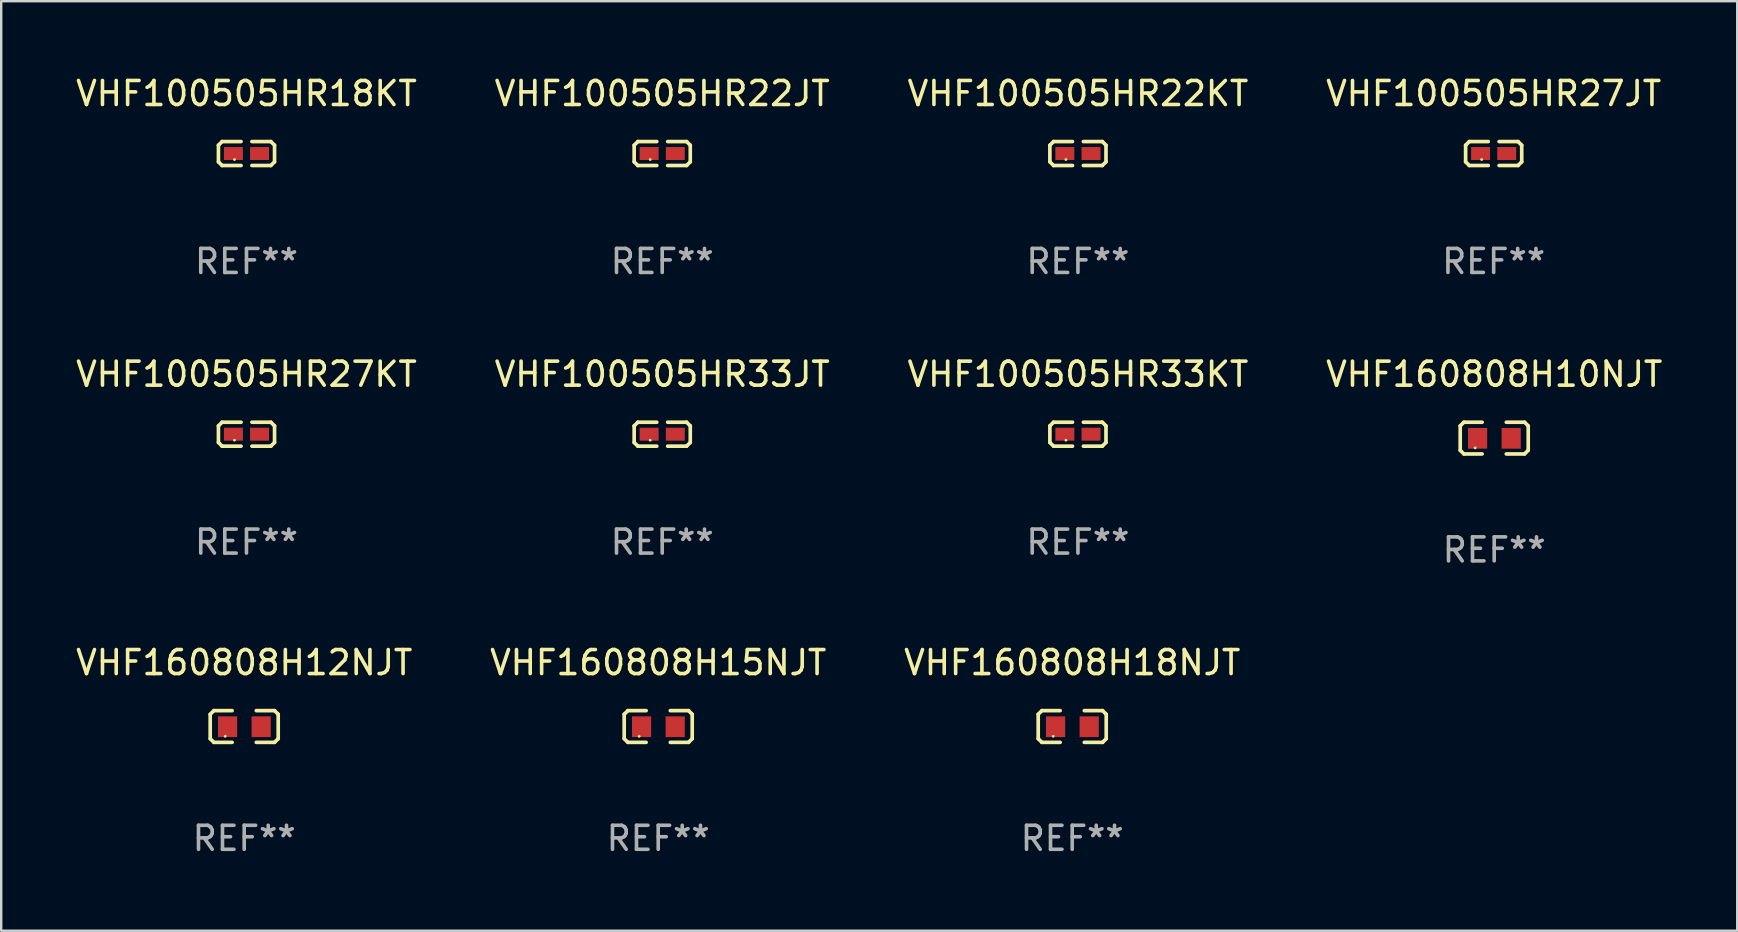
<source format=kicad_pcb>
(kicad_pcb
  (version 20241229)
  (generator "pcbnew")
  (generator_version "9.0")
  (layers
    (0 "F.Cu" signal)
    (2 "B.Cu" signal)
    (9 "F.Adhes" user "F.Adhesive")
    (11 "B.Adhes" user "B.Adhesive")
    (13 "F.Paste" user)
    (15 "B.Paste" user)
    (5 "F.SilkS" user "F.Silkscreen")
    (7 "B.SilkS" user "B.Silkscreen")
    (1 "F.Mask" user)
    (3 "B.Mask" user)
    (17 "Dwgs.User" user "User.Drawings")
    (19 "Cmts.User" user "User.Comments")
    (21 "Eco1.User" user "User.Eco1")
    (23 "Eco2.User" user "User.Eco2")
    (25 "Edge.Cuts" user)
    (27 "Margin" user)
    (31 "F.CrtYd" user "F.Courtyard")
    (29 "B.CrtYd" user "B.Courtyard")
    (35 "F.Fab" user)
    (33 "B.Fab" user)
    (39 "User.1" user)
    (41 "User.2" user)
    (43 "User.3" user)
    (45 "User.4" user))
  (footprint "VHF160808H10NJT"
    (layer "F.Cu")
    (at 59.208 15.203)
    (property "Reference" "VHF160808H10NJT" (at 0 -2.661 0) (layer "F.SilkS") (effects (font (size 1 1) (thickness 0.15))))
    (attr through_hole)
    (fp_line (start -1.417 -0.508) (end -1.265 -0.661) (stroke (width 0.152) (type solid)) (layer "F.SilkS"))
    (fp_line (start -1.417 0.508) (end -1.417 -0.508) (stroke (width 0.152) (type solid)) (layer "F.SilkS"))
    (fp_line (start -1.265 -0.661) (end -0.503 -0.661) (stroke (width 0.152) (type solid)) (layer "F.SilkS"))
    (fp_line (start -1.265 0.661) (end -1.417 0.508) (stroke (width 0.152) (type solid)) (layer "F.SilkS"))
    (fp_line (start -1.265 0.661) (end -0.503 0.661) (stroke (width 0.152) (type solid)) (layer "F.SilkS"))
    (fp_line (start 1.265 -0.661) (end 0.503 -0.661) (stroke (width 0.152) (type solid)) (layer "F.SilkS"))
    (fp_line (start 1.265 -0.661) (end 1.417 -0.508) (stroke (width 0.152) (type solid)) (layer "F.SilkS"))
    (fp_line (start 1.265 0.661) (end 0.503 0.661) (stroke (width 0.152) (type solid)) (layer "F.SilkS"))
    (fp_line (start 1.417 -0.508) (end 1.417 0.508) (stroke (width 0.152) (type solid)) (layer "F.SilkS"))
    (fp_line (start 1.417 0.508) (end 1.265 0.661) (stroke (width 0.152) (type solid)) (layer "F.SilkS"))
    (fp_circle (center -0.793 0.409) (end -0.763 0.409) (stroke (width 0.06) (type solid)) (fill no) (layer "F.SilkS"))
    (fp_text user "REF**" (at 0 4.661 0) (layer "F.Fab") (effects (font (size 1 1) (thickness 0.15))))
    (pad "1" smd rect (at -0.693 0.009 180) (size 0.8 0.864) (layers "F.Cu" "F.Mask" "F.Paste"))
    (pad "2" smd rect (at 0.707 0.009 180) (size 0.8 0.864) (layers "F.Cu" "F.Mask" "F.Paste")))
  (footprint "VHF160808H18NJT"
    (layer "F.Cu")
    (at 41.625 27.22)
    (property "Reference" "VHF160808H18NJT" (at 0 -2.661 0) (layer "F.SilkS") (effects (font (size 1 1) (thickness 0.15))))
    (attr through_hole)
    (fp_line (start -1.417 -0.508) (end -1.265 -0.661) (stroke (width 0.152) (type solid)) (layer "F.SilkS"))
    (fp_line (start -1.417 0.508) (end -1.417 -0.508) (stroke (width 0.152) (type solid)) (layer "F.SilkS"))
    (fp_line (start -1.265 -0.661) (end -0.503 -0.661) (stroke (width 0.152) (type solid)) (layer "F.SilkS"))
    (fp_line (start -1.265 0.661) (end -1.417 0.508) (stroke (width 0.152) (type solid)) (layer "F.SilkS"))
    (fp_line (start -1.265 0.661) (end -0.503 0.661) (stroke (width 0.152) (type solid)) (layer "F.SilkS"))
    (fp_line (start 1.265 -0.661) (end 0.503 -0.661) (stroke (width 0.152) (type solid)) (layer "F.SilkS"))
    (fp_line (start 1.265 -0.661) (end 1.417 -0.508) (stroke (width 0.152) (type solid)) (layer "F.SilkS"))
    (fp_line (start 1.265 0.661) (end 0.503 0.661) (stroke (width 0.152) (type solid)) (layer "F.SilkS"))
    (fp_line (start 1.417 -0.508) (end 1.417 0.508) (stroke (width 0.152) (type solid)) (layer "F.SilkS"))
    (fp_line (start 1.417 0.508) (end 1.265 0.661) (stroke (width 0.152) (type solid)) (layer "F.SilkS"))
    (fp_circle (center -0.793 0.409) (end -0.763 0.409) (stroke (width 0.06) (type solid)) (fill no) (layer "F.SilkS"))
    (fp_text user "REF**" (at 0 4.661 0) (layer "F.Fab") (effects (font (size 1 1) (thickness 0.15))))
    (pad "1" smd rect (at -0.693 0.009 180) (size 0.8 0.864) (layers "F.Cu" "F.Mask" "F.Paste"))
    (pad "2" smd rect (at 0.707 0.009 180) (size 0.8 0.864) (layers "F.Cu" "F.Mask" "F.Paste")))
  (footprint "VHF160808H15NJT"
    (layer "F.Cu")
    (at 24.375 27.22)
    (property "Reference" "VHF160808H15NJT" (at 0 -2.661 0) (layer "F.SilkS") (effects (font (size 1 1) (thickness 0.15))))
    (attr through_hole)
    (fp_line (start -1.417 -0.508) (end -1.265 -0.661) (stroke (width 0.152) (type solid)) (layer "F.SilkS"))
    (fp_line (start -1.417 0.508) (end -1.417 -0.508) (stroke (width 0.152) (type solid)) (layer "F.SilkS"))
    (fp_line (start -1.265 -0.661) (end -0.503 -0.661) (stroke (width 0.152) (type solid)) (layer "F.SilkS"))
    (fp_line (start -1.265 0.661) (end -1.417 0.508) (stroke (width 0.152) (type solid)) (layer "F.SilkS"))
    (fp_line (start -1.265 0.661) (end -0.503 0.661) (stroke (width 0.152) (type solid)) (layer "F.SilkS"))
    (fp_line (start 1.265 -0.661) (end 0.503 -0.661) (stroke (width 0.152) (type solid)) (layer "F.SilkS"))
    (fp_line (start 1.265 -0.661) (end 1.417 -0.508) (stroke (width 0.152) (type solid)) (layer "F.SilkS"))
    (fp_line (start 1.265 0.661) (end 0.503 0.661) (stroke (width 0.152) (type solid)) (layer "F.SilkS"))
    (fp_line (start 1.417 -0.508) (end 1.417 0.508) (stroke (width 0.152) (type solid)) (layer "F.SilkS"))
    (fp_line (start 1.417 0.508) (end 1.265 0.661) (stroke (width 0.152) (type solid)) (layer "F.SilkS"))
    (fp_circle (center -0.793 0.409) (end -0.763 0.409) (stroke (width 0.06) (type solid)) (fill no) (layer "F.SilkS"))
    (fp_text user "REF**" (at 0 4.661 0) (layer "F.Fab") (effects (font (size 1 1) (thickness 0.15))))
    (pad "1" smd rect (at -0.693 0.009 180) (size 0.8 0.864) (layers "F.Cu" "F.Mask" "F.Paste"))
    (pad "2" smd rect (at 0.707 0.009 180) (size 0.8 0.864) (layers "F.Cu" "F.Mask" "F.Paste")))
  (footprint "VHF100505HR27KT"
    (layer "F.Cu")
    (at 7.22 15.041)
    (property "Reference" "VHF100505HR27KT" (at 0 -2.499 0) (layer "F.SilkS") (effects (font (size 1 1) (thickness 0.15))))
    (attr through_hole)
    (fp_line (start -1.169 -0.346) (end -1.016 -0.499) (stroke (width 0.152) (type solid)) (layer "F.SilkS"))
    (fp_line (start -1.169 0.346) (end -1.169 -0.346) (stroke (width 0.152) (type solid)) (layer "F.SilkS"))
    (fp_line (start -1.016 -0.499) (end -0.226 -0.499) (stroke (width 0.152) (type solid)) (layer "F.SilkS"))
    (fp_line (start -1.016 0.499) (end -1.169 0.346) (stroke (width 0.152) (type solid)) (layer "F.SilkS"))
    (fp_line (start -0.226 0.499) (end -1.016 0.499) (stroke (width 0.152) (type solid)) (layer "F.SilkS"))
    (fp_line (start 0.226 0.499) (end 1.016 0.499) (stroke (width 0.152) (type solid)) (layer "F.SilkS"))
    (fp_line (start 1.016 -0.499) (end 0.226 -0.499) (stroke (width 0.152) (type solid)) (layer "F.SilkS"))
    (fp_line (start 1.016 0.499) (end 1.169 0.346) (stroke (width 0.152) (type solid)) (layer "F.SilkS"))
    (fp_line (start 1.169 -0.346) (end 1.016 -0.499) (stroke (width 0.152) (type solid)) (layer "F.SilkS"))
    (fp_line (start 1.169 0.346) (end 1.169 -0.346) (stroke (width 0.152) (type solid)) (layer "F.SilkS"))
    (fp_circle (center -0.5 0.25) (end -0.47 0.25) (stroke (width 0.06) (type solid)) (fill no) (layer "F.SilkS"))
    (fp_text user "REF**" (at 0 4.499 0) (layer "F.Fab") (effects (font (size 1 1) (thickness 0.15))))
    (pad "1" smd rect (at -0.545 0) (size 0.79 0.54) (layers "F.Cu" "F.Mask" "F.Paste"))
    (pad "2" smd rect (at 0.545 0) (size 0.79 0.54) (layers "F.Cu" "F.Mask" "F.Paste")))
  (footprint "VHF160808H12NJT"
    (layer "F.Cu")
    (at 7.125 27.22)
    (property "Reference" "VHF160808H12NJT" (at 0 -2.661 0) (layer "F.SilkS") (effects (font (size 1 1) (thickness 0.15))))
    (attr through_hole)
    (fp_line (start -1.417 -0.508) (end -1.265 -0.661) (stroke (width 0.152) (type solid)) (layer "F.SilkS"))
    (fp_line (start -1.417 0.508) (end -1.417 -0.508) (stroke (width 0.152) (type solid)) (layer "F.SilkS"))
    (fp_line (start -1.265 -0.661) (end -0.503 -0.661) (stroke (width 0.152) (type solid)) (layer "F.SilkS"))
    (fp_line (start -1.265 0.661) (end -1.417 0.508) (stroke (width 0.152) (type solid)) (layer "F.SilkS"))
    (fp_line (start -1.265 0.661) (end -0.503 0.661) (stroke (width 0.152) (type solid)) (layer "F.SilkS"))
    (fp_line (start 1.265 -0.661) (end 0.503 -0.661) (stroke (width 0.152) (type solid)) (layer "F.SilkS"))
    (fp_line (start 1.265 -0.661) (end 1.417 -0.508) (stroke (width 0.152) (type solid)) (layer "F.SilkS"))
    (fp_line (start 1.265 0.661) (end 0.503 0.661) (stroke (width 0.152) (type solid)) (layer "F.SilkS"))
    (fp_line (start 1.417 -0.508) (end 1.417 0.508) (stroke (width 0.152) (type solid)) (layer "F.SilkS"))
    (fp_line (start 1.417 0.508) (end 1.265 0.661) (stroke (width 0.152) (type solid)) (layer "F.SilkS"))
    (fp_circle (center -0.793 0.409) (end -0.763 0.409) (stroke (width 0.06) (type solid)) (fill no) (layer "F.SilkS"))
    (fp_text user "REF**" (at 0 4.661 0) (layer "F.Fab") (effects (font (size 1 1) (thickness 0.15))))
    (pad "1" smd rect (at -0.693 0.009 180) (size 0.8 0.864) (layers "F.Cu" "F.Mask" "F.Paste"))
    (pad "2" smd rect (at 0.707 0.009 180) (size 0.8 0.864) (layers "F.Cu" "F.Mask" "F.Paste")))
  (footprint "VHF100505HR33KT"
    (layer "F.Cu")
    (at 41.863 15.041)
    (property "Reference" "VHF100505HR33KT" (at 0 -2.499 0) (layer "F.SilkS") (effects (font (size 1 1) (thickness 0.15))))
    (attr through_hole)
    (fp_line (start -1.169 -0.346) (end -1.016 -0.499) (stroke (width 0.152) (type solid)) (layer "F.SilkS"))
    (fp_line (start -1.169 0.346) (end -1.169 -0.346) (stroke (width 0.152) (type solid)) (layer "F.SilkS"))
    (fp_line (start -1.016 -0.499) (end -0.226 -0.499) (stroke (width 0.152) (type solid)) (layer "F.SilkS"))
    (fp_line (start -1.016 0.499) (end -1.169 0.346) (stroke (width 0.152) (type solid)) (layer "F.SilkS"))
    (fp_line (start -0.226 0.499) (end -1.016 0.499) (stroke (width 0.152) (type solid)) (layer "F.SilkS"))
    (fp_line (start 0.226 0.499) (end 1.016 0.499) (stroke (width 0.152) (type solid)) (layer "F.SilkS"))
    (fp_line (start 1.016 -0.499) (end 0.226 -0.499) (stroke (width 0.152) (type solid)) (layer "F.SilkS"))
    (fp_line (start 1.016 0.499) (end 1.169 0.346) (stroke (width 0.152) (type solid)) (layer "F.SilkS"))
    (fp_line (start 1.169 -0.346) (end 1.016 -0.499) (stroke (width 0.152) (type solid)) (layer "F.SilkS"))
    (fp_line (start 1.169 0.346) (end 1.169 -0.346) (stroke (width 0.152) (type solid)) (layer "F.SilkS"))
    (fp_circle (center -0.5 0.25) (end -0.47 0.25) (stroke (width 0.06) (type solid)) (fill no) (layer "F.SilkS"))
    (fp_text user "REF**" (at 0 4.499 0) (layer "F.Fab") (effects (font (size 1 1) (thickness 0.15))))
    (pad "1" smd rect (at -0.545 0) (size 0.79 0.54) (layers "F.Cu" "F.Mask" "F.Paste"))
    (pad "2" smd rect (at 0.545 0) (size 0.79 0.54) (layers "F.Cu" "F.Mask" "F.Paste")))
  (footprint "VHF100505HR22KT"
    (layer "F.Cu")
    (at 41.863 3.347)
    (property "Reference" "VHF100505HR22KT" (at 0 -2.499 0) (layer "F.SilkS") (effects (font (size 1 1) (thickness 0.15))))
    (attr through_hole)
    (fp_line (start -1.169 -0.346) (end -1.016 -0.499) (stroke (width 0.152) (type solid)) (layer "F.SilkS"))
    (fp_line (start -1.169 0.346) (end -1.169 -0.346) (stroke (width 0.152) (type solid)) (layer "F.SilkS"))
    (fp_line (start -1.016 -0.499) (end -0.226 -0.499) (stroke (width 0.152) (type solid)) (layer "F.SilkS"))
    (fp_line (start -1.016 0.499) (end -1.169 0.346) (stroke (width 0.152) (type solid)) (layer "F.SilkS"))
    (fp_line (start -0.226 0.499) (end -1.016 0.499) (stroke (width 0.152) (type solid)) (layer "F.SilkS"))
    (fp_line (start 0.226 0.499) (end 1.016 0.499) (stroke (width 0.152) (type solid)) (layer "F.SilkS"))
    (fp_line (start 1.016 -0.499) (end 0.226 -0.499) (stroke (width 0.152) (type solid)) (layer "F.SilkS"))
    (fp_line (start 1.016 0.499) (end 1.169 0.346) (stroke (width 0.152) (type solid)) (layer "F.SilkS"))
    (fp_line (start 1.169 -0.346) (end 1.016 -0.499) (stroke (width 0.152) (type solid)) (layer "F.SilkS"))
    (fp_line (start 1.169 0.346) (end 1.169 -0.346) (stroke (width 0.152) (type solid)) (layer "F.SilkS"))
    (fp_circle (center -0.5 0.25) (end -0.47 0.25) (stroke (width 0.06) (type solid)) (fill no) (layer "F.SilkS"))
    (fp_text user "REF**" (at 0 4.499 0) (layer "F.Fab") (effects (font (size 1 1) (thickness 0.15))))
    (pad "1" smd rect (at -0.545 0) (size 0.79 0.54) (layers "F.Cu" "F.Mask" "F.Paste"))
    (pad "2" smd rect (at 0.545 0) (size 0.79 0.54) (layers "F.Cu" "F.Mask" "F.Paste")))
  (footprint "VHF100505HR27JT"
    (layer "F.Cu")
    (at 59.185 3.347)
    (property "Reference" "VHF100505HR27JT" (at 0 -2.499 0) (layer "F.SilkS") (effects (font (size 1 1) (thickness 0.15))))
    (attr through_hole)
    (fp_line (start -1.169 -0.346) (end -1.016 -0.499) (stroke (width 0.152) (type solid)) (layer "F.SilkS"))
    (fp_line (start -1.169 0.346) (end -1.169 -0.346) (stroke (width 0.152) (type solid)) (layer "F.SilkS"))
    (fp_line (start -1.016 -0.499) (end -0.226 -0.499) (stroke (width 0.152) (type solid)) (layer "F.SilkS"))
    (fp_line (start -1.016 0.499) (end -1.169 0.346) (stroke (width 0.152) (type solid)) (layer "F.SilkS"))
    (fp_line (start -0.226 0.499) (end -1.016 0.499) (stroke (width 0.152) (type solid)) (layer "F.SilkS"))
    (fp_line (start 0.226 0.499) (end 1.016 0.499) (stroke (width 0.152) (type solid)) (layer "F.SilkS"))
    (fp_line (start 1.016 -0.499) (end 0.226 -0.499) (stroke (width 0.152) (type solid)) (layer "F.SilkS"))
    (fp_line (start 1.016 0.499) (end 1.169 0.346) (stroke (width 0.152) (type solid)) (layer "F.SilkS"))
    (fp_line (start 1.169 -0.346) (end 1.016 -0.499) (stroke (width 0.152) (type solid)) (layer "F.SilkS"))
    (fp_line (start 1.169 0.346) (end 1.169 -0.346) (stroke (width 0.152) (type solid)) (layer "F.SilkS"))
    (fp_circle (center -0.5 0.25) (end -0.47 0.25) (stroke (width 0.06) (type solid)) (fill no) (layer "F.SilkS"))
    (fp_text user "REF**" (at 0 4.499 0) (layer "F.Fab") (effects (font (size 1 1) (thickness 0.15))))
    (pad "1" smd rect (at -0.545 0) (size 0.79 0.54) (layers "F.Cu" "F.Mask" "F.Paste"))
    (pad "2" smd rect (at 0.545 0) (size 0.79 0.54) (layers "F.Cu" "F.Mask" "F.Paste")))
  (footprint "VHF100505HR33JT"
    (layer "F.Cu")
    (at 24.542 15.041)
    (property "Reference" "VHF100505HR33JT" (at 0 -2.499 0) (layer "F.SilkS") (effects (font (size 1 1) (thickness 0.15))))
    (attr through_hole)
    (fp_line (start -1.169 -0.346) (end -1.016 -0.499) (stroke (width 0.152) (type solid)) (layer "F.SilkS"))
    (fp_line (start -1.169 0.346) (end -1.169 -0.346) (stroke (width 0.152) (type solid)) (layer "F.SilkS"))
    (fp_line (start -1.016 -0.499) (end -0.226 -0.499) (stroke (width 0.152) (type solid)) (layer "F.SilkS"))
    (fp_line (start -1.016 0.499) (end -1.169 0.346) (stroke (width 0.152) (type solid)) (layer "F.SilkS"))
    (fp_line (start -0.226 0.499) (end -1.016 0.499) (stroke (width 0.152) (type solid)) (layer "F.SilkS"))
    (fp_line (start 0.226 0.499) (end 1.016 0.499) (stroke (width 0.152) (type solid)) (layer "F.SilkS"))
    (fp_line (start 1.016 -0.499) (end 0.226 -0.499) (stroke (width 0.152) (type solid)) (layer "F.SilkS"))
    (fp_line (start 1.016 0.499) (end 1.169 0.346) (stroke (width 0.152) (type solid)) (layer "F.SilkS"))
    (fp_line (start 1.169 -0.346) (end 1.016 -0.499) (stroke (width 0.152) (type solid)) (layer "F.SilkS"))
    (fp_line (start 1.169 0.346) (end 1.169 -0.346) (stroke (width 0.152) (type solid)) (layer "F.SilkS"))
    (fp_circle (center -0.5 0.25) (end -0.47 0.25) (stroke (width 0.06) (type solid)) (fill no) (layer "F.SilkS"))
    (fp_text user "REF**" (at 0 4.499 0) (layer "F.Fab") (effects (font (size 1 1) (thickness 0.15))))
    (pad "1" smd rect (at -0.545 0) (size 0.79 0.54) (layers "F.Cu" "F.Mask" "F.Paste"))
    (pad "2" smd rect (at 0.545 0) (size 0.79 0.54) (layers "F.Cu" "F.Mask" "F.Paste")))
  (footprint "VHF100505HR22JT"
    (layer "F.Cu")
    (at 24.542 3.347)
    (property "Reference" "VHF100505HR22JT" (at 0 -2.499 0) (layer "F.SilkS") (effects (font (size 1 1) (thickness 0.15))))
    (attr through_hole)
    (fp_line (start -1.169 -0.346) (end -1.016 -0.499) (stroke (width 0.152) (type solid)) (layer "F.SilkS"))
    (fp_line (start -1.169 0.346) (end -1.169 -0.346) (stroke (width 0.152) (type solid)) (layer "F.SilkS"))
    (fp_line (start -1.016 -0.499) (end -0.226 -0.499) (stroke (width 0.152) (type solid)) (layer "F.SilkS"))
    (fp_line (start -1.016 0.499) (end -1.169 0.346) (stroke (width 0.152) (type solid)) (layer "F.SilkS"))
    (fp_line (start -0.226 0.499) (end -1.016 0.499) (stroke (width 0.152) (type solid)) (layer "F.SilkS"))
    (fp_line (start 0.226 0.499) (end 1.016 0.499) (stroke (width 0.152) (type solid)) (layer "F.SilkS"))
    (fp_line (start 1.016 -0.499) (end 0.226 -0.499) (stroke (width 0.152) (type solid)) (layer "F.SilkS"))
    (fp_line (start 1.016 0.499) (end 1.169 0.346) (stroke (width 0.152) (type solid)) (layer "F.SilkS"))
    (fp_line (start 1.169 -0.346) (end 1.016 -0.499) (stroke (width 0.152) (type solid)) (layer "F.SilkS"))
    (fp_line (start 1.169 0.346) (end 1.169 -0.346) (stroke (width 0.152) (type solid)) (layer "F.SilkS"))
    (fp_circle (center -0.5 0.25) (end -0.47 0.25) (stroke (width 0.06) (type solid)) (fill no) (layer "F.SilkS"))
    (fp_text user "REF**" (at 0 4.499 0) (layer "F.Fab") (effects (font (size 1 1) (thickness 0.15))))
    (pad "1" smd rect (at -0.545 0) (size 0.79 0.54) (layers "F.Cu" "F.Mask" "F.Paste"))
    (pad "2" smd rect (at 0.545 0) (size 0.79 0.54) (layers "F.Cu" "F.Mask" "F.Paste")))
  (footprint "VHF100505HR18KT"
    (layer "F.Cu")
    (at 7.22 3.347)
    (property "Reference" "VHF100505HR18KT" (at 0 -2.499 0) (layer "F.SilkS") (effects (font (size 1 1) (thickness 0.15))))
    (attr through_hole)
    (fp_line (start -1.169 -0.346) (end -1.016 -0.499) (stroke (width 0.152) (type solid)) (layer "F.SilkS"))
    (fp_line (start -1.169 0.346) (end -1.169 -0.346) (stroke (width 0.152) (type solid)) (layer "F.SilkS"))
    (fp_line (start -1.016 -0.499) (end -0.226 -0.499) (stroke (width 0.152) (type solid)) (layer "F.SilkS"))
    (fp_line (start -1.016 0.499) (end -1.169 0.346) (stroke (width 0.152) (type solid)) (layer "F.SilkS"))
    (fp_line (start -0.226 0.499) (end -1.016 0.499) (stroke (width 0.152) (type solid)) (layer "F.SilkS"))
    (fp_line (start 0.226 0.499) (end 1.016 0.499) (stroke (width 0.152) (type solid)) (layer "F.SilkS"))
    (fp_line (start 1.016 -0.499) (end 0.226 -0.499) (stroke (width 0.152) (type solid)) (layer "F.SilkS"))
    (fp_line (start 1.016 0.499) (end 1.169 0.346) (stroke (width 0.152) (type solid)) (layer "F.SilkS"))
    (fp_line (start 1.169 -0.346) (end 1.016 -0.499) (stroke (width 0.152) (type solid)) (layer "F.SilkS"))
    (fp_line (start 1.169 0.346) (end 1.169 -0.346) (stroke (width 0.152) (type solid)) (layer "F.SilkS"))
    (fp_circle (center -0.5 0.25) (end -0.47 0.25) (stroke (width 0.06) (type solid)) (fill no) (layer "F.SilkS"))
    (fp_text user "REF**" (at 0 4.499 0) (layer "F.Fab") (effects (font (size 1 1) (thickness 0.15))))
    (pad "1" smd rect (at -0.545 0) (size 0.79 0.54) (layers "F.Cu" "F.Mask" "F.Paste"))
    (pad "2" smd rect (at 0.545 0) (size 0.79 0.54) (layers "F.Cu" "F.Mask" "F.Paste")))
  (gr_rect
    (start -3 -3)
    (end 69.333 35.729)
    (stroke (width 0.1) (type default))
    (fill no)
    (layer "Edge.Cuts")))
</source>
